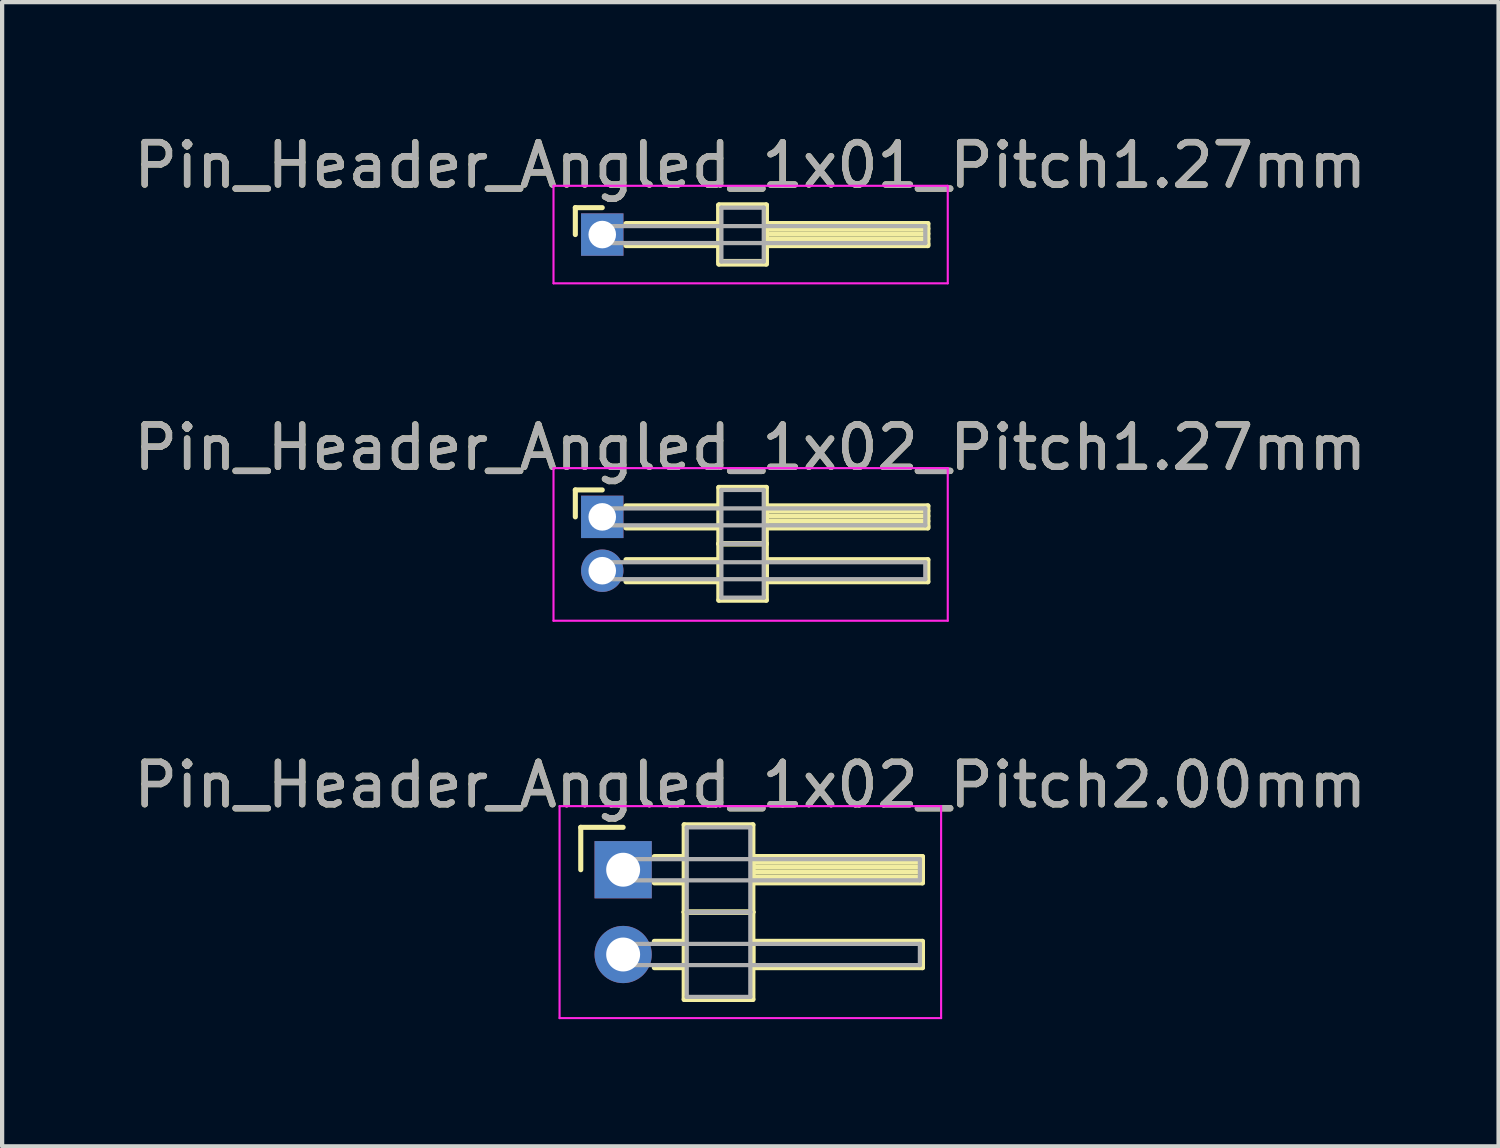
<source format=kicad_pcb>
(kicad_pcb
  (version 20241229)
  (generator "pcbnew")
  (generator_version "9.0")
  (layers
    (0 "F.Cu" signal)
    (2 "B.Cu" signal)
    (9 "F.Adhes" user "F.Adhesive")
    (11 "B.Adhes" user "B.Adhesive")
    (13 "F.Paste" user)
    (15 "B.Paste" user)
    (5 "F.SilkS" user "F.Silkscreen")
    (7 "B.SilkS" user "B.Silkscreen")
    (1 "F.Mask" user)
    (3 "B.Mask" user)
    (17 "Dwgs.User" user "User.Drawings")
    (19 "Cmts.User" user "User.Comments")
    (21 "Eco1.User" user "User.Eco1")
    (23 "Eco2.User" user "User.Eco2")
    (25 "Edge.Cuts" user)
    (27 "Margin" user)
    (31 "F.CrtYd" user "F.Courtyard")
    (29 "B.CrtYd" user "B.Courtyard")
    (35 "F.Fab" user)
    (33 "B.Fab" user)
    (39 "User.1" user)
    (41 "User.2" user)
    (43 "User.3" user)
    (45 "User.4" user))
  (footprint "Pin_Header_Angled_1x02_Pitch2.00mm"
    (layer "F.Cu")
    (at 11.649 17.465)
    (property "Reference" "Pin_Header_Angled_1x02_Pitch2.00mm" (at 3 -2 0) (layer "F.SilkS") (effects (font (size 1 1) (thickness 0.15))))
    (attr through_hole)
    (fp_line (start -1 -1) (end 0 -1) (stroke (width 0.12) (type solid)) (layer "F.SilkS"))
    (fp_line (start -1 0) (end -1 -1) (stroke (width 0.12) (type solid)) (layer "F.SilkS"))
    (fp_line (start 0.735 -0.31) (end 1.44 -0.31) (stroke (width 0.12) (type solid)) (layer "F.SilkS"))
    (fp_line (start 0.735 0.31) (end 1.44 0.31) (stroke (width 0.12) (type solid)) (layer "F.SilkS"))
    (fp_line (start 0.735 1.69) (end 1.44 1.69) (stroke (width 0.12) (type solid)) (layer "F.SilkS"))
    (fp_line (start 0.735 2.31) (end 1.44 2.31) (stroke (width 0.12) (type solid)) (layer "F.SilkS"))
    (fp_line (start 1.44 -1.06) (end 1.44 1) (stroke (width 0.12) (type solid)) (layer "F.SilkS"))
    (fp_line (start 1.44 1) (end 1.44 3.06) (stroke (width 0.12) (type solid)) (layer "F.SilkS"))
    (fp_line (start 1.44 1) (end 3.06 1) (stroke (width 0.12) (type solid)) (layer "F.SilkS"))
    (fp_line (start 1.44 3.06) (end 3.06 3.06) (stroke (width 0.12) (type solid)) (layer "F.SilkS"))
    (fp_line (start 3.06 -1.06) (end 1.44 -1.06) (stroke (width 0.12) (type solid)) (layer "F.SilkS"))
    (fp_line (start 3.06 -0.31) (end 3.06 0.31) (stroke (width 0.12) (type solid)) (layer "F.SilkS"))
    (fp_line (start 3.06 -0.19) (end 7.06 -0.19) (stroke (width 0.12) (type solid)) (layer "F.SilkS"))
    (fp_line (start 3.06 -0.07) (end 7.06 -0.07) (stroke (width 0.12) (type solid)) (layer "F.SilkS"))
    (fp_line (start 3.06 0.05) (end 7.06 0.05) (stroke (width 0.12) (type solid)) (layer "F.SilkS"))
    (fp_line (start 3.06 0.17) (end 7.06 0.17) (stroke (width 0.12) (type solid)) (layer "F.SilkS"))
    (fp_line (start 3.06 0.29) (end 7.06 0.29) (stroke (width 0.12) (type solid)) (layer "F.SilkS"))
    (fp_line (start 3.06 0.31) (end 7.06 0.31) (stroke (width 0.12) (type solid)) (layer "F.SilkS"))
    (fp_line (start 3.06 1) (end 1.44 1) (stroke (width 0.12) (type solid)) (layer "F.SilkS"))
    (fp_line (start 3.06 1) (end 3.06 -1.06) (stroke (width 0.12) (type solid)) (layer "F.SilkS"))
    (fp_line (start 3.06 1.69) (end 3.06 2.31) (stroke (width 0.12) (type solid)) (layer "F.SilkS"))
    (fp_line (start 3.06 2.31) (end 7.06 2.31) (stroke (width 0.12) (type solid)) (layer "F.SilkS"))
    (fp_line (start 3.06 3.06) (end 3.06 1) (stroke (width 0.12) (type solid)) (layer "F.SilkS"))
    (fp_line (start 7.06 -0.31) (end 3.06 -0.31) (stroke (width 0.12) (type solid)) (layer "F.SilkS"))
    (fp_line (start 7.06 0.31) (end 7.06 -0.31) (stroke (width 0.12) (type solid)) (layer "F.SilkS"))
    (fp_line (start 7.06 1.69) (end 3.06 1.69) (stroke (width 0.12) (type solid)) (layer "F.SilkS"))
    (fp_line (start 7.06 2.31) (end 7.06 1.69) (stroke (width 0.12) (type solid)) (layer "F.SilkS"))
    (fp_line (start -1.5 -1.5) (end -1.5 3.5) (stroke (width 0.05) (type solid)) (layer "F.CrtYd"))
    (fp_line (start -1.5 3.5) (end 7.5 3.5) (stroke (width 0.05) (type solid)) (layer "F.CrtYd"))
    (fp_line (start 7.5 -1.5) (end -1.5 -1.5) (stroke (width 0.05) (type solid)) (layer "F.CrtYd"))
    (fp_line (start 7.5 3.5) (end 7.5 -1.5) (stroke (width 0.05) (type solid)) (layer "F.CrtYd"))
    (fp_line (start 0 -0.25) (end 0 0.25) (stroke (width 0.1) (type solid)) (layer "F.Fab"))
    (fp_line (start 0 0.25) (end 7 0.25) (stroke (width 0.1) (type solid)) (layer "F.Fab"))
    (fp_line (start 0 1.75) (end 0 2.25) (stroke (width 0.1) (type solid)) (layer "F.Fab"))
    (fp_line (start 0 2.25) (end 7 2.25) (stroke (width 0.1) (type solid)) (layer "F.Fab"))
    (fp_line (start 1.5 -1) (end 1.5 1) (stroke (width 0.1) (type solid)) (layer "F.Fab"))
    (fp_line (start 1.5 1) (end 1.5 3) (stroke (width 0.1) (type solid)) (layer "F.Fab"))
    (fp_line (start 1.5 1) (end 3 1) (stroke (width 0.1) (type solid)) (layer "F.Fab"))
    (fp_line (start 1.5 3) (end 3 3) (stroke (width 0.1) (type solid)) (layer "F.Fab"))
    (fp_line (start 3 -1) (end 1.5 -1) (stroke (width 0.1) (type solid)) (layer "F.Fab"))
    (fp_line (start 3 1) (end 1.5 1) (stroke (width 0.1) (type solid)) (layer "F.Fab"))
    (fp_line (start 3 1) (end 3 -1) (stroke (width 0.1) (type solid)) (layer "F.Fab"))
    (fp_line (start 3 3) (end 3 1) (stroke (width 0.1) (type solid)) (layer "F.Fab"))
    (fp_line (start 7 -0.25) (end 0 -0.25) (stroke (width 0.1) (type solid)) (layer "F.Fab"))
    (fp_line (start 7 0.25) (end 7 -0.25) (stroke (width 0.1) (type solid)) (layer "F.Fab"))
    (fp_line (start 7 1.75) (end 0 1.75) (stroke (width 0.1) (type solid)) (layer "F.Fab"))
    (fp_line (start 7 2.25) (end 7 1.75) (stroke (width 0.1) (type solid)) (layer "F.Fab"))
    (fp_text user "${REFERENCE}" (at 3 -2 0) (layer "F.Fab") (effects (font (size 1 1) (thickness 0.15))))
    (pad "1" thru_hole rect (at 0 0) (size 1.35 1.35) (drill 0.8) (layers "*.Cu" "*.Mask"))
    (pad "2" thru_hole oval (at 0 2) (size 1.35 1.35) (drill 0.8) (layers "*.Cu" "*.Mask")))
  (footprint "Pin_Header_Angled_1x01_Pitch1.27mm"
    (layer "F.Cu")
    (at 11.156 2.483)
    (property "Reference" "Pin_Header_Angled_1x01_Pitch1.27mm" (at 3.493 -1.635 0) (layer "F.SilkS") (effects (font (size 1 1) (thickness 0.15))))
    (attr through_hole)
    (fp_line (start -0.635 -0.635) (end 0 -0.635) (stroke (width 0.12) (type solid)) (layer "F.SilkS"))
    (fp_line (start -0.635 0) (end -0.635 -0.635) (stroke (width 0.12) (type solid)) (layer "F.SilkS"))
    (fp_line (start 0.56 -0.26) (end 2.75 -0.26) (stroke (width 0.12) (type solid)) (layer "F.SilkS"))
    (fp_line (start 0.56 0.26) (end 2.75 0.26) (stroke (width 0.12) (type solid)) (layer "F.SilkS"))
    (fp_line (start 2.75 -0.695) (end 2.75 0.635) (stroke (width 0.12) (type solid)) (layer "F.SilkS"))
    (fp_line (start 2.75 -0.695) (end 2.75 0.695) (stroke (width 0.12) (type solid)) (layer "F.SilkS"))
    (fp_line (start 2.75 0.635) (end 3.87 0.635) (stroke (width 0.12) (type solid)) (layer "F.SilkS"))
    (fp_line (start 2.75 0.695) (end 3.87 0.695) (stroke (width 0.12) (type solid)) (layer "F.SilkS"))
    (fp_line (start 3.87 -0.695) (end 2.75 -0.695) (stroke (width 0.12) (type solid)) (layer "F.SilkS"))
    (fp_line (start 3.87 -0.695) (end 2.75 -0.695) (stroke (width 0.12) (type solid)) (layer "F.SilkS"))
    (fp_line (start 3.87 -0.26) (end 3.87 0.26) (stroke (width 0.12) (type solid)) (layer "F.SilkS"))
    (fp_line (start 3.87 -0.14) (end 7.68 -0.14) (stroke (width 0.12) (type solid)) (layer "F.SilkS"))
    (fp_line (start 3.87 -0.02) (end 7.68 -0.02) (stroke (width 0.12) (type solid)) (layer "F.SilkS"))
    (fp_line (start 3.87 0.1) (end 7.68 0.1) (stroke (width 0.12) (type solid)) (layer "F.SilkS"))
    (fp_line (start 3.87 0.22) (end 7.68 0.22) (stroke (width 0.12) (type solid)) (layer "F.SilkS"))
    (fp_line (start 3.87 0.26) (end 7.68 0.26) (stroke (width 0.12) (type solid)) (layer "F.SilkS"))
    (fp_line (start 3.87 0.635) (end 3.87 -0.695) (stroke (width 0.12) (type solid)) (layer "F.SilkS"))
    (fp_line (start 3.87 0.695) (end 3.87 -0.695) (stroke (width 0.12) (type solid)) (layer "F.SilkS"))
    (fp_line (start 7.68 -0.26) (end 3.87 -0.26) (stroke (width 0.12) (type solid)) (layer "F.SilkS"))
    (fp_line (start 7.68 0.26) (end 7.68 -0.26) (stroke (width 0.12) (type solid)) (layer "F.SilkS"))
    (fp_line (start -1.15 -1.15) (end -1.15 1.15) (stroke (width 0.05) (type solid)) (layer "F.CrtYd"))
    (fp_line (start -1.15 1.15) (end 8.15 1.15) (stroke (width 0.05) (type solid)) (layer "F.CrtYd"))
    (fp_line (start 8.15 -1.15) (end -1.15 -1.15) (stroke (width 0.05) (type solid)) (layer "F.CrtYd"))
    (fp_line (start 8.15 1.15) (end 8.15 -1.15) (stroke (width 0.05) (type solid)) (layer "F.CrtYd"))
    (fp_line (start 0 -0.2) (end 0 0.2) (stroke (width 0.1) (type solid)) (layer "F.Fab"))
    (fp_line (start 0 0.2) (end 7.62 0.2) (stroke (width 0.1) (type solid)) (layer "F.Fab"))
    (fp_line (start 2.81 -0.635) (end 2.81 0.635) (stroke (width 0.1) (type solid)) (layer "F.Fab"))
    (fp_line (start 2.81 0.635) (end 3.81 0.635) (stroke (width 0.1) (type solid)) (layer "F.Fab"))
    (fp_line (start 3.81 -0.635) (end 2.81 -0.635) (stroke (width 0.1) (type solid)) (layer "F.Fab"))
    (fp_line (start 3.81 0.635) (end 3.81 -0.635) (stroke (width 0.1) (type solid)) (layer "F.Fab"))
    (fp_line (start 7.62 -0.2) (end 0 -0.2) (stroke (width 0.1) (type solid)) (layer "F.Fab"))
    (fp_line (start 7.62 0.2) (end 7.62 -0.2) (stroke (width 0.1) (type solid)) (layer "F.Fab"))
    (fp_text user "${REFERENCE}" (at 3.493 -1.635 0) (layer "F.Fab") (effects (font (size 1 1) (thickness 0.15))))
    (pad "1" thru_hole rect (at 0 0) (size 1 1) (drill 0.65) (layers "*.Cu" "*.Mask")))
  (footprint "Pin_Header_Angled_1x02_Pitch1.27mm"
    (layer "F.Cu")
    (at 11.156 9.142)
    (property "Reference" "Pin_Header_Angled_1x02_Pitch1.27mm" (at 3.493 -1.635 0) (layer "F.SilkS") (effects (font (size 1 1) (thickness 0.15))))
    (attr through_hole)
    (fp_line (start -0.635 -0.635) (end 0 -0.635) (stroke (width 0.12) (type solid)) (layer "F.SilkS"))
    (fp_line (start -0.635 0) (end -0.635 -0.635) (stroke (width 0.12) (type solid)) (layer "F.SilkS"))
    (fp_line (start 0.56 -0.26) (end 2.75 -0.26) (stroke (width 0.12) (type solid)) (layer "F.SilkS"))
    (fp_line (start 0.56 0.26) (end 2.75 0.26) (stroke (width 0.12) (type solid)) (layer "F.SilkS"))
    (fp_line (start 0.56 1.01) (end 2.75 1.01) (stroke (width 0.12) (type solid)) (layer "F.SilkS"))
    (fp_line (start 0.56 1.53) (end 2.75 1.53) (stroke (width 0.12) (type solid)) (layer "F.SilkS"))
    (fp_line (start 2.75 -0.695) (end 2.75 0.635) (stroke (width 0.12) (type solid)) (layer "F.SilkS"))
    (fp_line (start 2.75 0.635) (end 2.75 1.965) (stroke (width 0.12) (type solid)) (layer "F.SilkS"))
    (fp_line (start 2.75 0.635) (end 3.87 0.635) (stroke (width 0.12) (type solid)) (layer "F.SilkS"))
    (fp_line (start 2.75 1.965) (end 3.87 1.965) (stroke (width 0.12) (type solid)) (layer "F.SilkS"))
    (fp_line (start 3.87 -0.695) (end 2.75 -0.695) (stroke (width 0.12) (type solid)) (layer "F.SilkS"))
    (fp_line (start 3.87 -0.26) (end 3.87 0.26) (stroke (width 0.12) (type solid)) (layer "F.SilkS"))
    (fp_line (start 3.87 -0.14) (end 7.68 -0.14) (stroke (width 0.12) (type solid)) (layer "F.SilkS"))
    (fp_line (start 3.87 -0.02) (end 7.68 -0.02) (stroke (width 0.12) (type solid)) (layer "F.SilkS"))
    (fp_line (start 3.87 0.1) (end 7.68 0.1) (stroke (width 0.12) (type solid)) (layer "F.SilkS"))
    (fp_line (start 3.87 0.22) (end 7.68 0.22) (stroke (width 0.12) (type solid)) (layer "F.SilkS"))
    (fp_line (start 3.87 0.26) (end 7.68 0.26) (stroke (width 0.12) (type solid)) (layer "F.SilkS"))
    (fp_line (start 3.87 0.635) (end 2.75 0.635) (stroke (width 0.12) (type solid)) (layer "F.SilkS"))
    (fp_line (start 3.87 0.635) (end 3.87 -0.695) (stroke (width 0.12) (type solid)) (layer "F.SilkS"))
    (fp_line (start 3.87 1.01) (end 3.87 1.53) (stroke (width 0.12) (type solid)) (layer "F.SilkS"))
    (fp_line (start 3.87 1.53) (end 7.68 1.53) (stroke (width 0.12) (type solid)) (layer "F.SilkS"))
    (fp_line (start 3.87 1.965) (end 3.87 0.635) (stroke (width 0.12) (type solid)) (layer "F.SilkS"))
    (fp_line (start 7.68 -0.26) (end 3.87 -0.26) (stroke (width 0.12) (type solid)) (layer "F.SilkS"))
    (fp_line (start 7.68 0.26) (end 7.68 -0.26) (stroke (width 0.12) (type solid)) (layer "F.SilkS"))
    (fp_line (start 7.68 1.01) (end 3.87 1.01) (stroke (width 0.12) (type solid)) (layer "F.SilkS"))
    (fp_line (start 7.68 1.53) (end 7.68 1.01) (stroke (width 0.12) (type solid)) (layer "F.SilkS"))
    (fp_line (start -1.15 -1.15) (end -1.15 2.45) (stroke (width 0.05) (type solid)) (layer "F.CrtYd"))
    (fp_line (start -1.15 2.45) (end 8.15 2.45) (stroke (width 0.05) (type solid)) (layer "F.CrtYd"))
    (fp_line (start 8.15 -1.15) (end -1.15 -1.15) (stroke (width 0.05) (type solid)) (layer "F.CrtYd"))
    (fp_line (start 8.15 2.45) (end 8.15 -1.15) (stroke (width 0.05) (type solid)) (layer "F.CrtYd"))
    (fp_line (start 0 -0.2) (end 0 0.2) (stroke (width 0.1) (type solid)) (layer "F.Fab"))
    (fp_line (start 0 0.2) (end 7.62 0.2) (stroke (width 0.1) (type solid)) (layer "F.Fab"))
    (fp_line (start 0 1.07) (end 0 1.47) (stroke (width 0.1) (type solid)) (layer "F.Fab"))
    (fp_line (start 0 1.47) (end 7.62 1.47) (stroke (width 0.1) (type solid)) (layer "F.Fab"))
    (fp_line (start 2.81 -0.635) (end 2.81 0.635) (stroke (width 0.1) (type solid)) (layer "F.Fab"))
    (fp_line (start 2.81 0.635) (end 2.81 1.905) (stroke (width 0.1) (type solid)) (layer "F.Fab"))
    (fp_line (start 2.81 0.635) (end 3.81 0.635) (stroke (width 0.1) (type solid)) (layer "F.Fab"))
    (fp_line (start 2.81 1.905) (end 3.81 1.905) (stroke (width 0.1) (type solid)) (layer "F.Fab"))
    (fp_line (start 3.81 -0.635) (end 2.81 -0.635) (stroke (width 0.1) (type solid)) (layer "F.Fab"))
    (fp_line (start 3.81 0.635) (end 2.81 0.635) (stroke (width 0.1) (type solid)) (layer "F.Fab"))
    (fp_line (start 3.81 0.635) (end 3.81 -0.635) (stroke (width 0.1) (type solid)) (layer "F.Fab"))
    (fp_line (start 3.81 1.905) (end 3.81 0.635) (stroke (width 0.1) (type solid)) (layer "F.Fab"))
    (fp_line (start 7.62 -0.2) (end 0 -0.2) (stroke (width 0.1) (type solid)) (layer "F.Fab"))
    (fp_line (start 7.62 0.2) (end 7.62 -0.2) (stroke (width 0.1) (type solid)) (layer "F.Fab"))
    (fp_line (start 7.62 1.07) (end 0 1.07) (stroke (width 0.1) (type solid)) (layer "F.Fab"))
    (fp_line (start 7.62 1.47) (end 7.62 1.07) (stroke (width 0.1) (type solid)) (layer "F.Fab"))
    (fp_text user "${REFERENCE}" (at 3.493 -1.635 0) (layer "F.Fab") (effects (font (size 1 1) (thickness 0.15))))
    (pad "1" thru_hole rect (at 0 0) (size 1 1) (drill 0.65) (layers "*.Cu" "*.Mask"))
    (pad "2" thru_hole oval (at 0 1.27) (size 1 1) (drill 0.65) (layers "*.Cu" "*.Mask")))
  (gr_rect
    (start -3 -3)
    (end 32.298 23.99)
    (stroke (width 0.1) (type default))
    (fill no)
    (layer "Edge.Cuts")))
</source>
